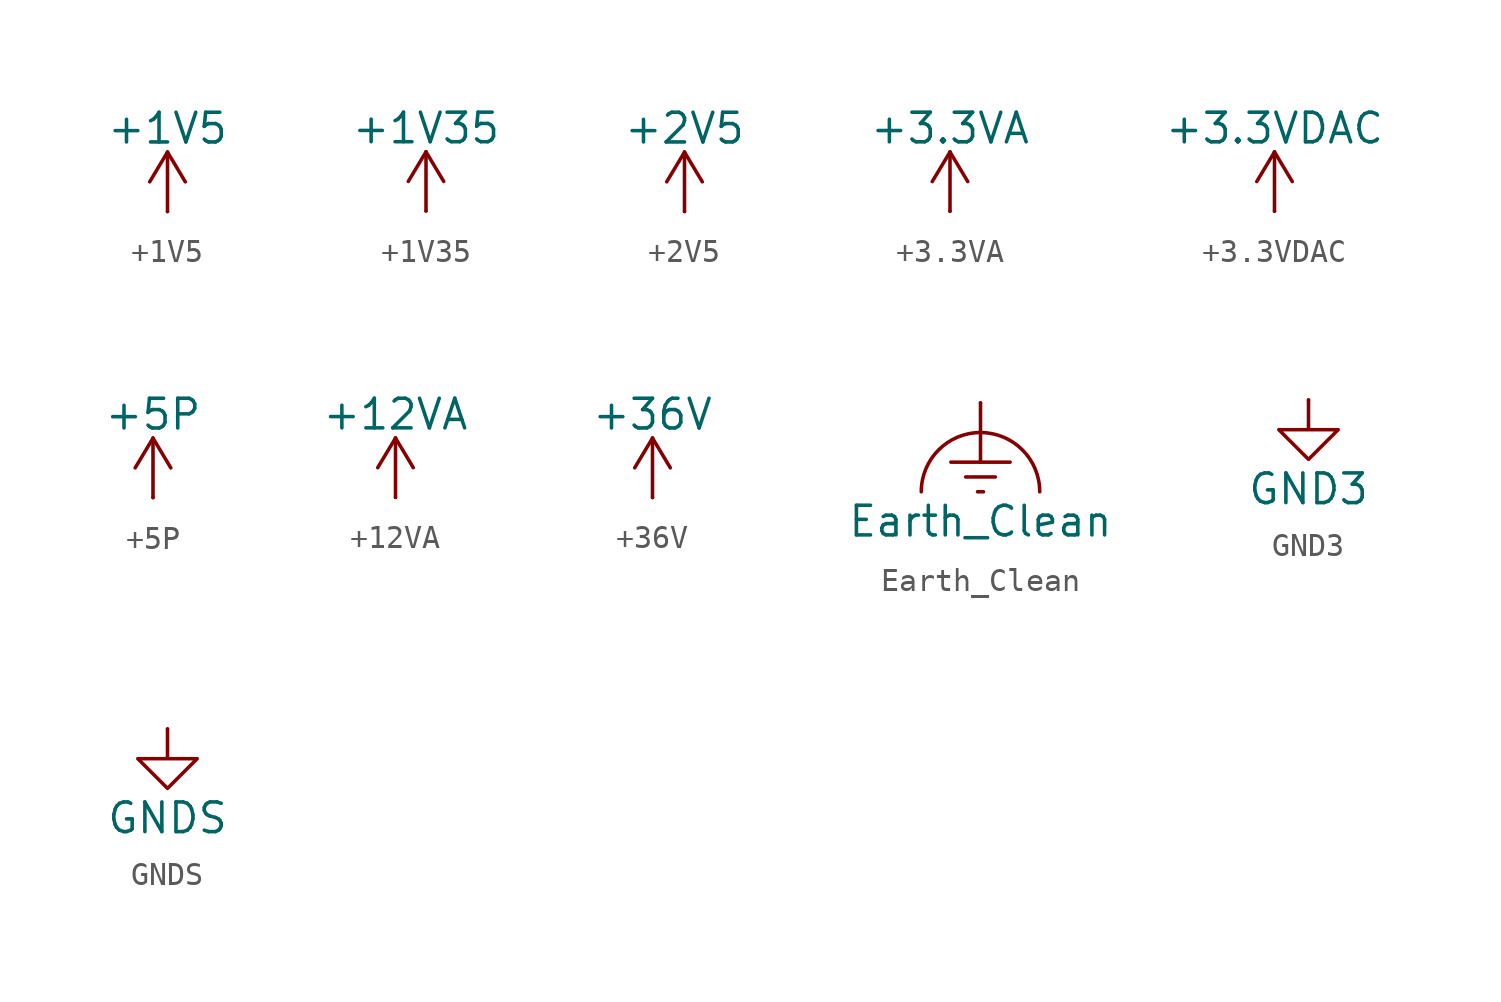
<source format=kicad_sym>
(kicad_symbol_lib
  (version 20241209)
  (generator "kicad_symbol_editor")
  (generator_version "9.0")
  (symbol "+1V5"
    (power)
    (pin_numbers
      (hide yes))
    (pin_names
      (offset 0)
      (hide yes))
    (property "Reference" "#PWR"
      (at 0 -3.81 0)
      (effects (font (size 1.27 1.27)) (hide yes)))
    (property "Value" "+1V5"
      (at 0 3.556 0)
      (effects (font (size 1.27 1.27))))
    (symbol "+1V5_0_1"
      (polyline (pts (xy -0.762 1.27) (xy 0 2.54)) (stroke (width 0) (type default)) (fill (type none)))
      (polyline (pts (xy 0 2.54) (xy 0.762 1.27)) (stroke (width 0) (type default)) (fill (type none)))
      (polyline (pts (xy 0 0) (xy 0 2.54)) (stroke (width 0) (type default)) (fill (type none))))
    (symbol "+1V5_1_1"
      (pin power_in line (at 0 0 90) (length 0) (name "~" (effects (font (size 1.27 1.27)))) (number "1" (effects (font (size 1.27 1.27)))))))
  (symbol "+1V35"
    (power)
    (pin_numbers
      (hide yes))
    (pin_names
      (offset 0)
      (hide yes))
    (property "Reference" "#PWR"
      (at 0 -3.81 0)
      (effects (font (size 1.27 1.27)) (hide yes)))
    (property "Value" "+1V35"
      (at 0 3.556 0)
      (effects (font (size 1.27 1.27))))
    (symbol "+1V35_0_1"
      (polyline (pts (xy -0.762 1.27) (xy 0 2.54)) (stroke (width 0) (type default)) (fill (type none)))
      (polyline (pts (xy 0 2.54) (xy 0.762 1.27)) (stroke (width 0) (type default)) (fill (type none)))
      (polyline (pts (xy 0 0) (xy 0 2.54)) (stroke (width 0) (type default)) (fill (type none))))
    (symbol "+1V35_1_1"
      (pin power_in line (at 0 0 90) (length 0) (name "~" (effects (font (size 1.27 1.27)))) (number "1" (effects (font (size 1.27 1.27)))))))
  (symbol "+2V5"
    (power)
    (pin_numbers
      (hide yes))
    (pin_names
      (offset 0)
      (hide yes))
    (property "Reference" "#PWR"
      (at 0 -3.81 0)
      (effects (font (size 1.27 1.27)) (hide yes)))
    (property "Value" "+2V5"
      (at 0 3.556 0)
      (effects (font (size 1.27 1.27))))
    (symbol "+2V5_0_1"
      (polyline (pts (xy -0.762 1.27) (xy 0 2.54)) (stroke (width 0) (type default)) (fill (type none)))
      (polyline (pts (xy 0 2.54) (xy 0.762 1.27)) (stroke (width 0) (type default)) (fill (type none)))
      (polyline (pts (xy 0 0) (xy 0 2.54)) (stroke (width 0) (type default)) (fill (type none))))
    (symbol "+2V5_1_1"
      (pin power_in line (at 0 0 90) (length 0) (name "~" (effects (font (size 1.27 1.27)))) (number "1" (effects (font (size 1.27 1.27)))))))
  (symbol "+3.3VA"
    (power)
    (pin_numbers
      (hide yes))
    (pin_names
      (offset 0)
      (hide yes))
    (property "Reference" "#PWR"
      (at 0 -3.81 0)
      (effects (font (size 1.27 1.27)) (hide yes)))
    (property "Value" "+3.3VA"
      (at 0 3.556 0)
      (effects (font (size 1.27 1.27))))
    (symbol "+3.3VA_0_1"
      (polyline (pts (xy -0.762 1.27) (xy 0 2.54)) (stroke (width 0) (type default)) (fill (type none)))
      (polyline (pts (xy 0 2.54) (xy 0.762 1.27)) (stroke (width 0) (type default)) (fill (type none)))
      (polyline (pts (xy 0 0) (xy 0 2.54)) (stroke (width 0) (type default)) (fill (type none))))
    (symbol "+3.3VA_1_1"
      (pin power_in line (at 0 0 90) (length 0) (name "~" (effects (font (size 1.27 1.27)))) (number "1" (effects (font (size 1.27 1.27)))))))
  (symbol "+3.3VDAC"
    (power)
    (pin_numbers
      (hide yes))
    (pin_names
      (offset 0)
      (hide yes))
    (property "Reference" "#PWR"
      (at 3.81 -1.27 0)
      (effects (font (size 1.27 1.27)) (hide yes)))
    (property "Value" "+3.3VDAC"
      (at 0 3.556 0)
      (effects (font (size 1.27 1.27))))
    (symbol "+3.3VDAC_0_0"
      (pin power_in line (at 0 0 90) (length 0) (name "~" (effects (font (size 1.27 1.27)))) (number "1" (effects (font (size 1.27 1.27))))))
    (symbol "+3.3VDAC_0_1"
      (polyline (pts (xy -0.762 1.27) (xy 0 2.54)) (stroke (width 0) (type default)) (fill (type none)))
      (polyline (pts (xy 0 2.54) (xy 0.762 1.27)) (stroke (width 0) (type default)) (fill (type none)))
      (polyline (pts (xy 0 0) (xy 0 2.54)) (stroke (width 0) (type default)) (fill (type none)))))
  (symbol "+5P"
    (power)
    (pin_numbers
      (hide yes))
    (pin_names
      (offset 0)
      (hide yes))
    (property "Reference" "#PWR"
      (at 0 -3.81 0)
      (effects (font (size 1.27 1.27)) (hide yes)))
    (property "Value" "+5P"
      (at 0 3.556 0)
      (effects (font (size 1.27 1.27))))
    (symbol "+5P_0_1"
      (polyline (pts (xy -0.762 1.27) (xy 0 2.54)) (stroke (width 0) (type default)) (fill (type none)))
      (polyline (pts (xy 0 2.54) (xy 0.762 1.27)) (stroke (width 0) (type default)) (fill (type none)))
      (polyline (pts (xy 0 0) (xy 0 2.54)) (stroke (width 0) (type default)) (fill (type none))))
    (symbol "+5P_1_1"
      (pin power_in line (at 0 0 90) (length 0) (name "~" (effects (font (size 1.27 1.27)))) (number "1" (effects (font (size 1.27 1.27)))))))
  (symbol "+12VA"
    (power)
    (pin_numbers
      (hide yes))
    (pin_names
      (offset 0)
      (hide yes))
    (property "Reference" "#PWR"
      (at 0 -3.81 0)
      (effects (font (size 1.27 1.27)) (hide yes)))
    (property "Value" "+12VA"
      (at 0 3.556 0)
      (effects (font (size 1.27 1.27))))
    (symbol "+12VA_0_1"
      (polyline (pts (xy -0.762 1.27) (xy 0 2.54)) (stroke (width 0) (type default)) (fill (type none)))
      (polyline (pts (xy 0 2.54) (xy 0.762 1.27)) (stroke (width 0) (type default)) (fill (type none)))
      (polyline (pts (xy 0 0) (xy 0 2.54)) (stroke (width 0) (type default)) (fill (type none))))
    (symbol "+12VA_1_1"
      (pin power_in line (at 0 0 90) (length 0) (name "~" (effects (font (size 1.27 1.27)))) (number "1" (effects (font (size 1.27 1.27)))))))
  (symbol "+36V"
    (power)
    (pin_numbers
      (hide yes))
    (pin_names
      (offset 0)
      (hide yes))
    (property "Reference" "#PWR"
      (at 0 -3.81 0)
      (effects (font (size 1.27 1.27)) (hide yes)))
    (property "Value" "+36V"
      (at 0 3.556 0)
      (effects (font (size 1.27 1.27))))
    (symbol "+36V_0_1"
      (polyline (pts (xy -0.762 1.27) (xy 0 2.54)) (stroke (width 0) (type default)) (fill (type none)))
      (polyline (pts (xy 0 2.54) (xy 0.762 1.27)) (stroke (width 0) (type default)) (fill (type none)))
      (polyline (pts (xy 0 0) (xy 0 2.54)) (stroke (width 0) (type default)) (fill (type none))))
    (symbol "+36V_1_1"
      (pin power_in line (at 0 0 90) (length 0) (name "~" (effects (font (size 1.27 1.27)))) (number "1" (effects (font (size 1.27 1.27)))))))
  (symbol "Earth_Clean"
    (power)
    (pin_numbers
      (hide yes))
    (pin_names
      (offset 0)
      (hide yes))
    (property "Reference" "#PWR"
      (at 0 -7.62 0)
      (effects (font (size 1.27 1.27)) (hide yes)))
    (property "Value" "Earth_Clean"
      (at 0 -5.08 0)
      (effects (font (size 1.27 1.27))))
    (symbol "Earth_Clean_0_1"
      (polyline (pts (xy -0.635 -3.175) (xy 0.635 -3.175)) (stroke (width 0) (type default)) (fill (type none)))
      (polyline (pts (xy -0.127 -3.81) (xy 0.127 -3.81)) (stroke (width 0) (type default)) (fill (type none)))
      (polyline (pts (xy 0 -2.54) (xy 0 0)) (stroke (width 0) (type default)) (fill (type none)))
      (arc (start -2.54 -3.81) (mid 0 -1.281) (end 2.54 -3.81) (stroke (width 0) (type default)) (fill (type none)))
      (polyline (pts (xy 1.27 -2.54) (xy -1.27 -2.54)) (stroke (width 0) (type default)) (fill (type none))))
    (symbol "Earth_Clean_1_1"
      (pin power_in line (at 0 0 270) (length 0) (name "~" (effects (font (size 1.27 1.27)))) (number "1" (effects (font (size 1.27 1.27)))))))
  (symbol "GND3"
    (power)
    (pin_numbers
      (hide yes))
    (pin_names
      (offset 0)
      (hide yes))
    (property "Reference" "#PWR"
      (at 0 -6.35 0)
      (effects (font (size 1.27 1.27)) (hide yes)))
    (property "Value" "GND3"
      (at 0 -3.81 0)
      (effects (font (size 1.27 1.27))))
    (symbol "GND3_0_1"
      (polyline (pts (xy 0 0) (xy 0 -1.27) (xy 1.27 -1.27) (xy 0 -2.54) (xy -1.27 -1.27) (xy 0 -1.27)) (stroke (width 0) (type default)) (fill (type none))))
    (symbol "GND3_1_1"
      (pin power_in line (at 0 0 270) (length 0) (name "~" (effects (font (size 1.27 1.27)))) (number "1" (effects (font (size 1.27 1.27)))))))
  (symbol "GNDS"
    (power)
    (pin_numbers
      (hide yes))
    (pin_names
      (offset 0)
      (hide yes))
    (property "Reference" "#PWR"
      (at 0 -6.35 0)
      (effects (font (size 1.27 1.27)) (hide yes)))
    (property "Value" "GNDS"
      (at 0 -3.81 0)
      (effects (font (size 1.27 1.27))))
    (symbol "GNDS_0_1"
      (polyline (pts (xy 0 0) (xy 0 -1.27) (xy 1.27 -1.27) (xy 0 -2.54) (xy -1.27 -1.27) (xy 0 -1.27)) (stroke (width 0) (type default)) (fill (type none))))
    (symbol "GNDS_1_1"
      (pin power_in line (at 0 0 270) (length 0) (name "~" (effects (font (size 1.27 1.27)))) (number "1" (effects (font (size 1.27 1.27))))))))
</source>
